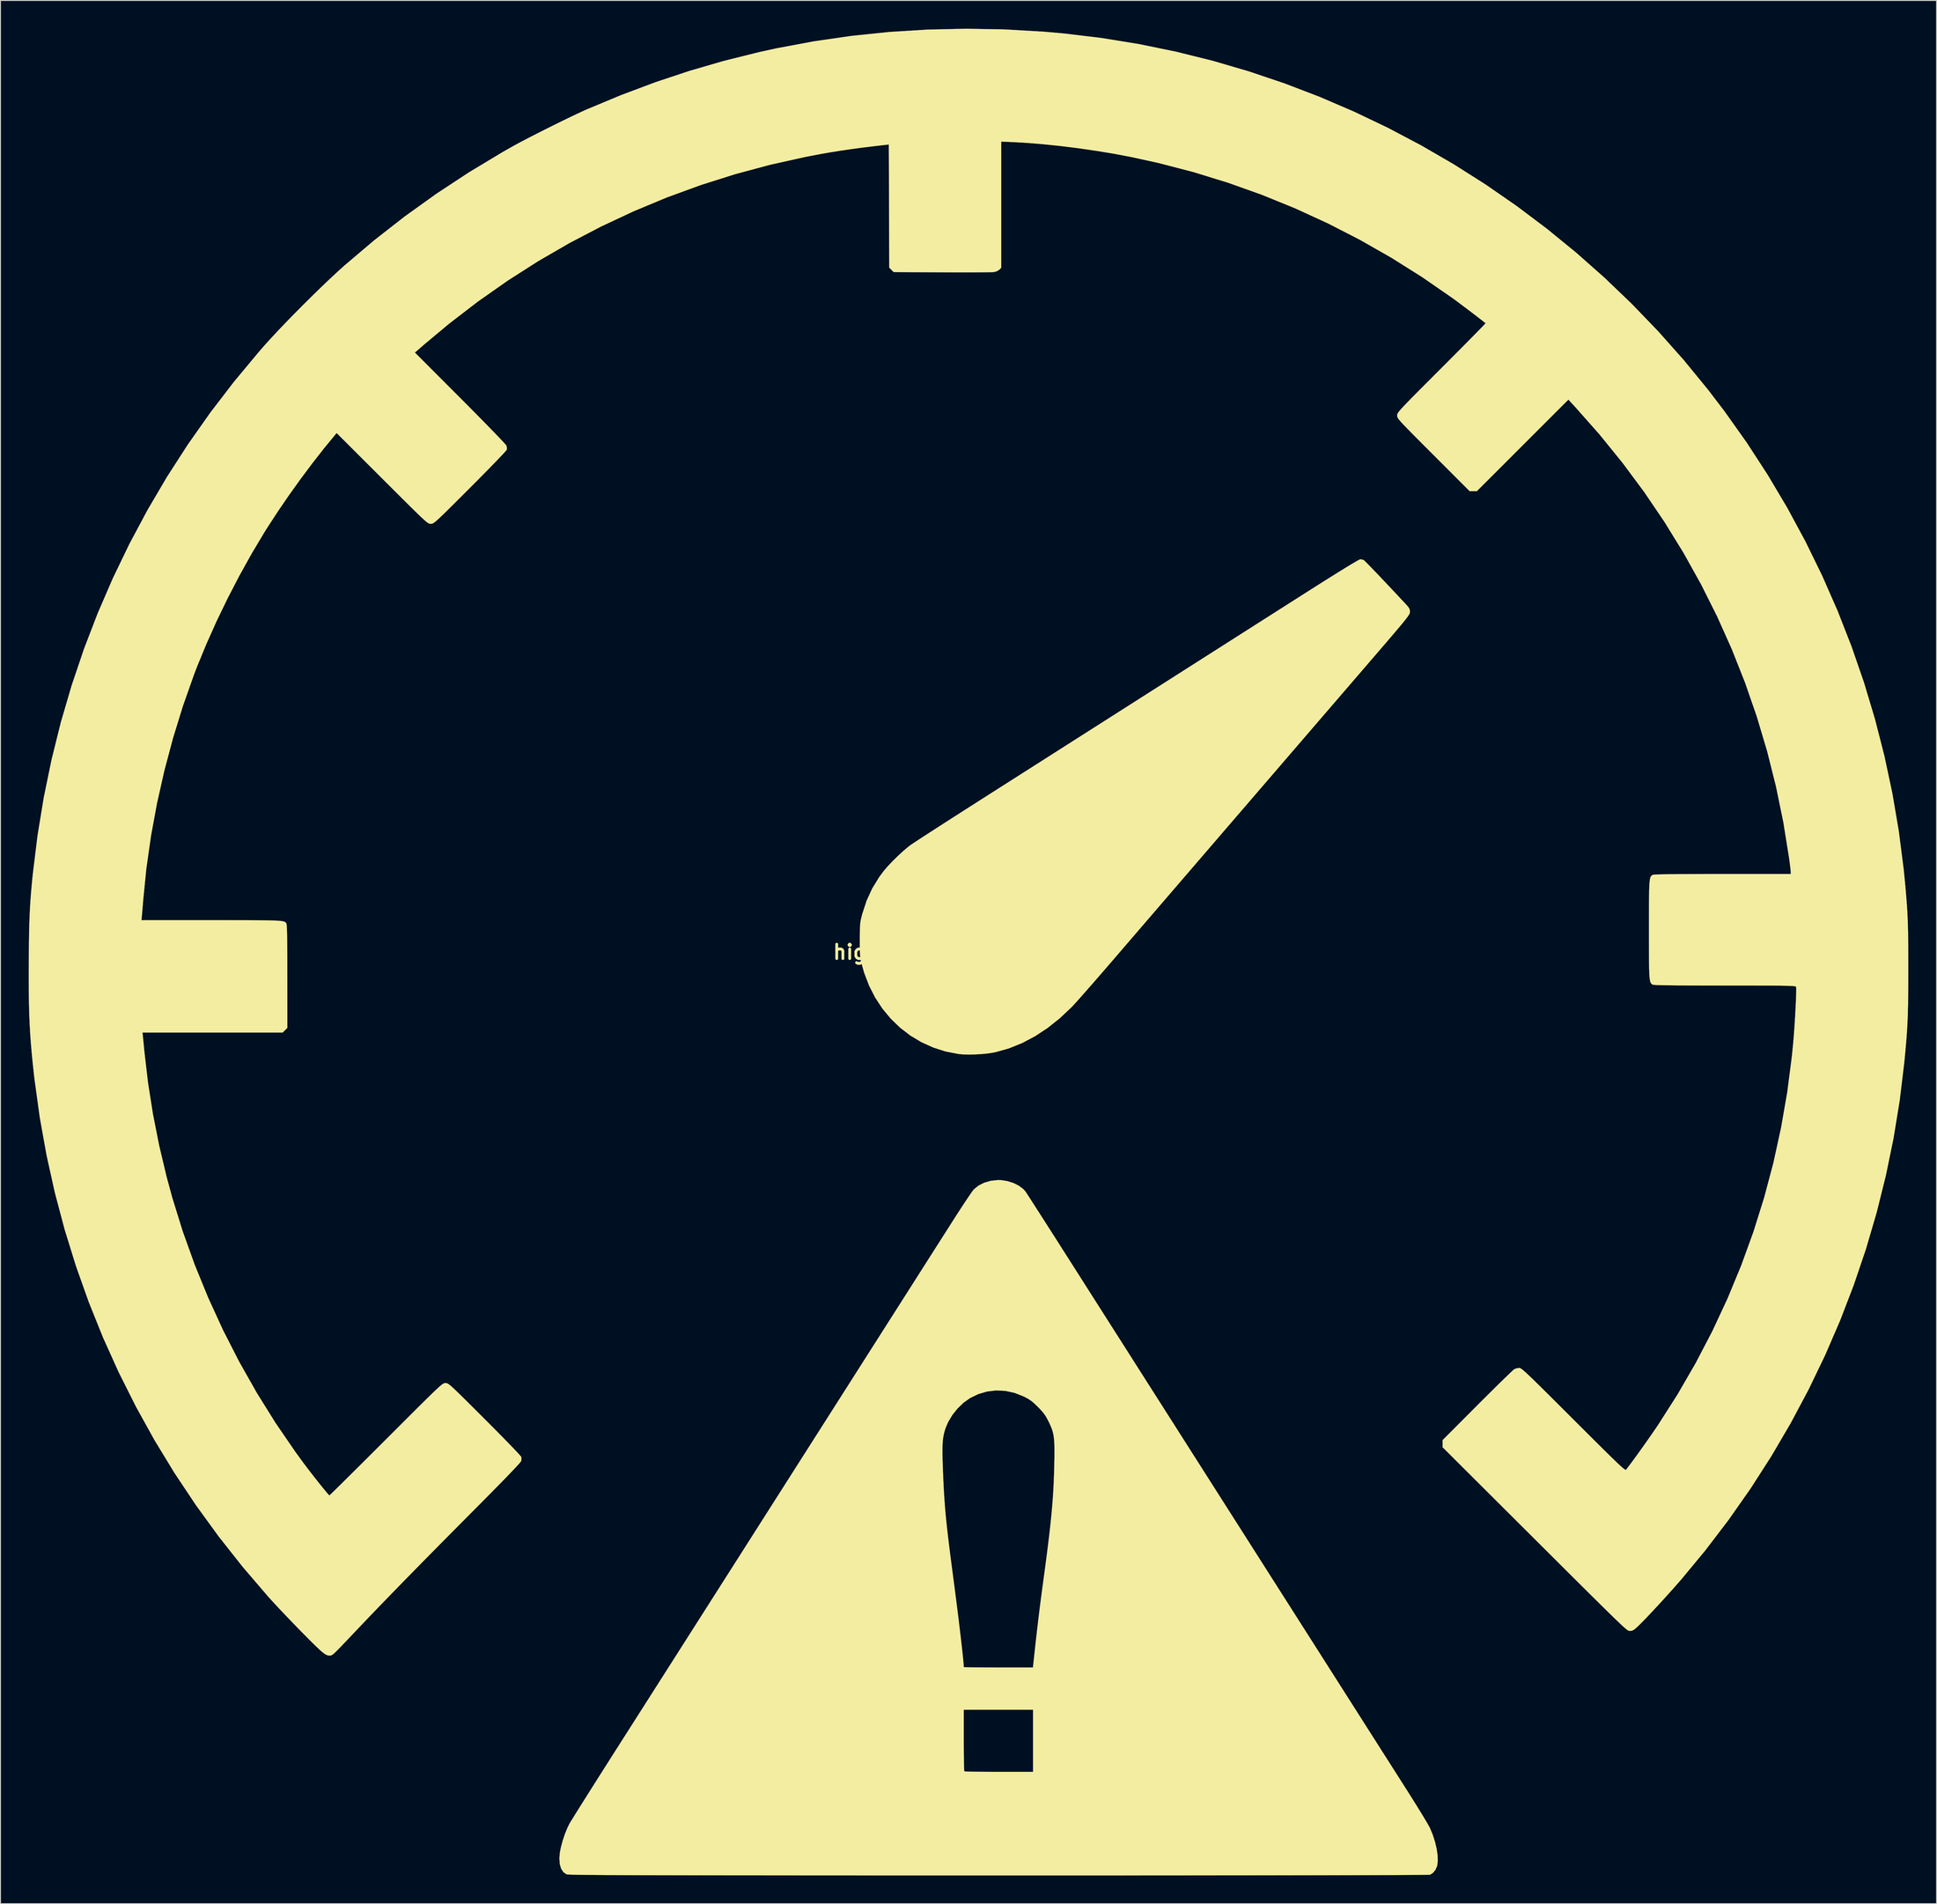
<source format=kicad_pcb>
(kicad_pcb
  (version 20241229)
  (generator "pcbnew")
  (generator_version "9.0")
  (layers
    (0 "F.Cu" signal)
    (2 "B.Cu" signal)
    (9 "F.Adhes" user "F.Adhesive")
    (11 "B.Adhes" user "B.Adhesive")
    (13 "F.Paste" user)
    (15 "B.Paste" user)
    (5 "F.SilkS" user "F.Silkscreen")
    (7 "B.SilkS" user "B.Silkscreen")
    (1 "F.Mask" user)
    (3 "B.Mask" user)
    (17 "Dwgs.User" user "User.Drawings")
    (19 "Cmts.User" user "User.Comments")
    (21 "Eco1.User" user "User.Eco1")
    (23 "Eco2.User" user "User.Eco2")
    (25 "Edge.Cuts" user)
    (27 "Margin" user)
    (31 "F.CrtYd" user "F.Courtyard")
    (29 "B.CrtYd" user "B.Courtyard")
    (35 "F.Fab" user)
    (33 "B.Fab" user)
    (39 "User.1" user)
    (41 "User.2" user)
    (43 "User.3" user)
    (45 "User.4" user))
  (footprint "high-risk-alert_20x20_F"
    (layer "F.Cu")
    (at 99.875 98.128)
    (property "Reference" "high-risk-alert_20x20_F" (at 0 0 0) (layer "F.SilkS") (effects (font (size 1.524 1.524) (thickness 0.3))))
    (attr through_hole)
    (fp_poly (pts (xy 41.859 -41.707) (xy 41.989 -41.659) (xy 42.086 -41.576) (xy 42.291 -41.375) (xy 42.599 -41.063) (xy 43.003 -40.645) (xy 43.498 -40.128) (xy 44.075 -39.52) (xy 44.731 -38.825) (xy 45.458 -38.052) (xy 46.25 -37.205) (xy 46.457 -36.984) (xy 46.692 -36.721) (xy 46.828 -36.526) (xy 46.891 -36.354) (xy 46.905 -36.165) (xy 46.902 -36.098) (xy 46.886 -36.025) (xy 46.851 -35.937) (xy 46.789 -35.825) (xy 46.693 -35.681) (xy 46.556 -35.494) (xy 46.37 -35.256) (xy 46.128 -34.958) (xy 45.824 -34.591) (xy 45.448 -34.146) (xy 44.995 -33.613) (xy 44.456 -32.984) (xy 43.826 -32.249) (xy 43.095 -31.4) (xy 42.691 -30.93) (xy 41.443 -29.48) (xy 40.155 -27.984) (xy 38.835 -26.451) (xy 37.489 -24.887) (xy 36.124 -23.301) (xy 34.746 -21.7) (xy 33.363 -20.092) (xy 31.98 -18.485) (xy 30.605 -16.887) (xy 29.244 -15.305) (xy 27.903 -13.748) (xy 26.591 -12.222) (xy 25.312 -10.736) (xy 24.075 -9.298) (xy 22.885 -7.915) (xy 21.749 -6.595) (xy 20.675 -5.346) (xy 19.668 -4.175) (xy 18.735 -3.09) (xy 17.883 -2.1) (xy 17.119 -1.212) (xy 16.45 -0.433) (xy 15.881 0.229) (xy 15.678 0.466) (xy 15.006 1.246) (xy 14.348 2.007) (xy 13.716 2.735) (xy 13.12 3.419) (xy 12.571 4.046) (xy 12.081 4.602) (xy 11.661 5.076) (xy 11.322 5.453) (xy 11.075 5.723) (xy 10.976 5.828) (xy 9.711 7.022) (xy 8.405 8.062) (xy 7.063 8.947) (xy 5.691 9.672) (xy 4.294 10.235) (xy 2.876 10.633) (xy 2.682 10.674) (xy 2.112 10.765) (xy 1.445 10.833) (xy 0.736 10.876) (xy 0.039 10.89) (xy -0.595 10.874) (xy -1.058 10.833) (xy -2.441 10.563) (xy -3.762 10.14) (xy -5.014 9.572) (xy -6.187 8.868) (xy -7.272 8.034) (xy -8.262 7.079) (xy -9.147 6.012) (xy -9.918 4.84) (xy -10.567 3.571) (xy -11.086 2.213) (xy -11.324 1.382) (xy -11.403 1.062) (xy -11.462 0.786) (xy -11.503 0.521) (xy -11.53 0.232) (xy -11.545 -0.114) (xy -11.552 -0.551) (xy -11.552 -1.114) (xy -11.552 -1.312) (xy -11.549 -1.914) (xy -11.543 -2.38) (xy -11.529 -2.745) (xy -11.505 -3.043) (xy -11.467 -3.308) (xy -11.412 -3.574) (xy -11.337 -3.875) (xy -11.287 -4.064) (xy -10.831 -5.458) (xy -10.233 -6.76) (xy -9.492 -7.972) (xy -9.006 -8.623) (xy -8.59 -9.108) (xy -8.086 -9.642) (xy -7.535 -10.186) (xy -6.979 -10.7) (xy -6.458 -11.143) (xy -6.181 -11.358) (xy -6.023 -11.467) (xy -5.732 -11.661) (xy -5.319 -11.932) (xy -4.795 -12.273) (xy -4.168 -12.679) (xy -3.45 -13.142) (xy -2.652 -13.657) (xy -1.782 -14.215) (xy -0.852 -14.811) (xy 0.127 -15.437) (xy 1.147 -16.088) (xy 2.074 -16.679) (xy 3.117 -17.344) (xy 4.285 -18.088) (xy 5.561 -18.9) (xy 6.926 -19.769) (xy 8.363 -20.685) (xy 9.854 -21.635) (xy 11.382 -22.608) (xy 12.928 -23.593) (xy 14.476 -24.579) (xy 16.007 -25.554) (xy 17.504 -26.508) (xy 18.949 -27.428) (xy 20.193 -28.221) (xy 21.52 -29.066) (xy 22.879 -29.932) (xy 24.256 -30.809) (xy 25.637 -31.689) (xy 27.007 -32.562) (xy 28.352 -33.419) (xy 29.658 -34.251) (xy 30.911 -35.049) (xy 32.096 -35.803) (xy 33.2 -36.506) (xy 34.207 -37.147) (xy 35.103 -37.718) (xy 35.875 -38.21) (xy 36.057 -38.325) (xy 37.094 -38.984) (xy 38.041 -39.581) (xy 38.891 -40.114) (xy 39.639 -40.579) (xy 40.278 -40.971) (xy 40.802 -41.287) (xy 41.204 -41.523) (xy 41.478 -41.675) (xy 41.617 -41.739) (xy 41.629 -41.741) (xy 41.859 -41.707)) (stroke (width 0.01) (type solid)) (fill yes) (layer "F.SilkS"))
    (fp_poly (pts (xy 3.471 24.24) (xy 4.122 24.339) (xy 4.751 24.537) (xy 5.318 24.816) (xy 5.786 25.158) (xy 6.032 25.424) (xy 6.106 25.533) (xy 6.264 25.775) (xy 6.5 26.139) (xy 6.807 26.616) (xy 7.179 27.195) (xy 7.609 27.866) (xy 8.091 28.618) (xy 8.618 29.443) (xy 9.184 30.328) (xy 9.781 31.265) (xy 10.404 32.243) (xy 10.683 32.681) (xy 11.089 33.318) (xy 11.575 34.082) (xy 12.138 34.967) (xy 12.774 35.965) (xy 13.477 37.07) (xy 14.244 38.275) (xy 15.069 39.572) (xy 15.95 40.955) (xy 16.881 42.417) (xy 17.857 43.951) (xy 18.875 45.55) (xy 19.93 47.207) (xy 21.018 48.915) (xy 22.134 50.668) (xy 23.273 52.458) (xy 24.432 54.278) (xy 25.606 56.122) (xy 26.791 57.983) (xy 27.981 59.853) (xy 29.174 61.726) (xy 30.363 63.594) (xy 31.546 65.452) (xy 32.717 67.292) (xy 33.873 69.106) (xy 35.008 70.889) (xy 36.118 72.633) (xy 37.2 74.331) (xy 38.247 75.977) (xy 39.257 77.563) (xy 40.225 79.083) (xy 41.146 80.529) (xy 42.015 81.895) (xy 42.83 83.174) (xy 43.584 84.358) (xy 44.274 85.442) (xy 44.895 86.417) (xy 45.443 87.277) (xy 45.913 88.016) (xy 46.301 88.626) (xy 46.603 89.1) (xy 46.611 89.112) (xy 47.054 89.812) (xy 47.48 90.492) (xy 47.877 91.133) (xy 48.235 91.717) (xy 48.541 92.226) (xy 48.786 92.643) (xy 48.958 92.948) (xy 49.032 93.091) (xy 49.326 93.8) (xy 49.563 94.533) (xy 49.736 95.257) (xy 49.839 95.94) (xy 49.865 96.551) (xy 49.809 97.055) (xy 49.789 97.138) (xy 49.617 97.532) (xy 49.358 97.851) (xy 49.051 98.049) (xy 49.051 98.049) (xy 48.951 98.055) (xy 48.684 98.061) (xy 48.253 98.066) (xy 47.661 98.071) (xy 46.91 98.076) (xy 46.003 98.081) (xy 44.942 98.086) (xy 43.73 98.09) (xy 42.369 98.094) (xy 40.863 98.098) (xy 39.214 98.102) (xy 37.424 98.105) (xy 35.496 98.108) (xy 33.432 98.111) (xy 31.236 98.114) (xy 28.91 98.116) (xy 26.456 98.118) (xy 23.878 98.12) (xy 21.177 98.122) (xy 18.356 98.123) (xy 15.418 98.124) (xy 12.366 98.125) (xy 9.202 98.125) (xy 5.929 98.125) (xy 3.191 98.125) (xy -0.201 98.125) (xy -3.427 98.125) (xy -6.491 98.124) (xy -9.398 98.124) (xy -12.151 98.123) (xy -14.755 98.122) (xy -17.212 98.121) (xy -19.528 98.12) (xy -21.705 98.118) (xy -23.749 98.117) (xy -25.662 98.115) (xy -27.449 98.113) (xy -29.113 98.111) (xy -30.659 98.108) (xy -32.091 98.106) (xy -33.412 98.103) (xy -34.626 98.1) (xy -35.737 98.096) (xy -36.749 98.093) (xy -37.666 98.089) (xy -38.493 98.084) (xy -39.232 98.08) (xy -39.887 98.075) (xy -40.464 98.07) (xy -40.964 98.064) (xy -41.394 98.058) (xy -41.755 98.052) (xy -42.053 98.046) (xy -42.292 98.039) (xy -42.474 98.031) (xy -42.604 98.024) (xy -42.686 98.016) (xy -42.723 98.008) (xy -43.055 97.773) (xy -43.294 97.407) (xy -43.436 96.919) (xy -43.478 96.32) (xy -43.433 95.738) (xy -43.318 95.136) (xy -43.134 94.455) (xy -42.902 93.757) (xy -42.64 93.105) (xy -42.433 92.674) (xy -42.346 92.524) (xy -42.173 92.241) (xy -41.922 91.835) (xy -41.598 91.316) (xy -41.208 90.694) (xy -40.758 89.978) (xy -40.254 89.179) (xy -39.703 88.307) (xy -39.11 87.371) (xy -38.482 86.381) (xy -37.825 85.347) (xy -37.145 84.28) (xy -36.96 83.989) (xy -36.482 83.239) (xy -35.918 82.354) (xy -35.274 81.343) (xy -34.748 80.518) (xy -0.508 80.518) (xy -0.508 83.764) (xy -0.507 84.489) (xy -0.503 85.161) (xy -0.496 85.76) (xy -0.488 86.269) (xy -0.478 86.667) (xy -0.466 86.938) (xy -0.454 87.061) (xy -0.452 87.066) (xy -0.358 87.077) (xy -0.112 87.089) (xy 0.268 87.098) (xy 0.764 87.107) (xy 1.358 87.114) (xy 2.034 87.119) (xy 2.772 87.122) (xy 3.231 87.122) (xy 6.858 87.122) (xy 6.858 80.518) (xy -0.508 80.518) (xy -34.748 80.518) (xy -34.555 80.215) (xy -33.767 78.977) (xy -32.914 77.639) (xy -32.003 76.208) (xy -31.038 74.694) (xy -30.026 73.104) (xy -28.97 71.446) (xy -27.877 69.731) (xy -26.753 67.964) (xy -25.602 66.156) (xy -24.429 64.315) (xy -23.241 62.449) (xy -22.042 60.566) (xy -20.838 58.675) (xy -19.634 56.784) (xy -18.436 54.902) (xy -17.711 53.763) (xy -17.245 53.032) (xy -2.776 53.032) (xy -2.767 53.68) (xy -2.745 54.458) (xy -2.721 55.105) (xy -2.686 55.963) (xy -2.649 56.756) (xy -2.608 57.504) (xy -2.561 58.228) (xy -2.507 58.945) (xy -2.444 59.677) (xy -2.37 60.442) (xy -2.282 61.26) (xy -2.179 62.151) (xy -2.06 63.134) (xy -1.921 64.228) (xy -1.762 65.454) (xy -1.607 66.633) (xy -1.46 67.745) (xy -1.319 68.846) (xy -1.183 69.92) (xy -1.054 70.954) (xy -0.936 71.933) (xy -0.828 72.842) (xy -0.733 73.666) (xy -0.652 74.392) (xy -0.588 75.004) (xy -0.541 75.489) (xy -0.514 75.831) (xy -0.508 75.986) (xy -0.426 75.996) (xy -0.192 76.004) (xy 0.177 76.012) (xy 0.663 76.019) (xy 1.25 76.024) (xy 1.921 76.028) (xy 2.657 76.03) (xy 3.169 76.031) (xy 6.846 76.031) (xy 6.893 75.586) (xy 7.042 74.212) (xy 7.179 72.972) (xy 7.31 71.831) (xy 7.438 70.757) (xy 7.567 69.714) (xy 7.702 68.667) (xy 7.846 67.584) (xy 7.918 67.056) (xy 8.126 65.513) (xy 8.309 64.12) (xy 8.468 62.858) (xy 8.606 61.708) (xy 8.723 60.654) (xy 8.821 59.676) (xy 8.902 58.757) (xy 8.968 57.879) (xy 9.021 57.023) (xy 9.061 56.172) (xy 9.092 55.308) (xy 9.114 54.412) (xy 9.115 54.356) (xy 9.129 53.522) (xy 9.131 52.833) (xy 9.12 52.264) (xy 9.09 51.791) (xy 9.04 51.388) (xy 8.965 51.032) (xy 8.862 50.698) (xy 8.728 50.361) (xy 8.56 49.997) (xy 8.497 49.869) (xy 8.285 49.465) (xy 8.076 49.133) (xy 7.83 48.822) (xy 7.508 48.475) (xy 7.369 48.334) (xy 7.005 47.982) (xy 6.697 47.721) (xy 6.393 47.512) (xy 6.041 47.317) (xy 5.838 47.216) (xy 4.883 46.843) (xy 3.911 46.632) (xy 2.937 46.584) (xy 1.974 46.698) (xy 1.037 46.973) (xy 0.172 47.39) (xy -0.52 47.879) (xy -1.163 48.496) (xy -1.727 49.203) (xy -2.179 49.962) (xy -2.453 50.615) (xy -2.558 50.956) (xy -2.64 51.291) (xy -2.702 51.644) (xy -2.744 52.036) (xy -2.768 52.492) (xy -2.776 53.032) (xy -17.245 53.032) (xy -16.561 51.957) (xy -15.423 50.169) (xy -14.301 48.407) (xy -13.199 46.677) (xy -12.122 44.985) (xy -11.074 43.338) (xy -10.058 41.743) (xy -9.079 40.205) (xy -8.14 38.731) (xy -7.247 37.328) (xy -6.403 36.002) (xy -5.612 34.76) (xy -4.879 33.608) (xy -4.207 32.553) (xy -3.601 31.6) (xy -3.064 30.758) (xy -2.601 30.031) (xy -2.217 29.427) (xy -1.914 28.952) (xy -1.698 28.612) (xy -1.674 28.575) (xy -1.252 27.915) (xy -0.847 27.29) (xy -0.471 26.716) (xy -0.134 26.211) (xy 0.151 25.789) (xy 0.373 25.47) (xy 0.523 25.269) (xy 0.566 25.218) (xy 1.067 24.814) (xy 1.681 24.507) (xy 2.373 24.309) (xy 3.111 24.231) (xy 3.471 24.24)) (stroke (width 0.01) (type solid)) (fill yes) (layer "F.SilkS"))
    (fp_poly (pts (xy 3.85 -98.049) (xy 7.962 -97.812) (xy 10.16 -97.617) (xy 14.159 -97.136) (xy 18.124 -96.491) (xy 22.051 -95.684) (xy 25.936 -94.719) (xy 29.773 -93.596) (xy 33.559 -92.32) (xy 37.288 -90.893) (xy 40.957 -89.317) (xy 44.561 -87.595) (xy 48.094 -85.729) (xy 51.554 -83.723) (xy 54.934 -81.579) (xy 58.231 -79.298) (xy 61.439 -76.885) (xy 64.555 -74.342) (xy 67.574 -71.67) (xy 70.492 -68.874) (xy 73.303 -65.954) (xy 76.003 -62.915) (xy 78.588 -59.758) (xy 80.32 -57.489) (xy 82.693 -54.146) (xy 84.921 -50.718) (xy 87.004 -47.21) (xy 88.938 -43.627) (xy 90.723 -39.973) (xy 92.355 -36.254) (xy 93.834 -32.475) (xy 95.158 -28.641) (xy 96.324 -24.755) (xy 97.33 -20.824) (xy 98.175 -16.853) (xy 98.857 -12.846) (xy 99.374 -8.807) (xy 99.518 -7.366) (xy 99.593 -6.534) (xy 99.656 -5.78) (xy 99.709 -5.082) (xy 99.753 -4.414) (xy 99.787 -3.753) (xy 99.814 -3.074) (xy 99.834 -2.352) (xy 99.848 -1.564) (xy 99.858 -0.685) (xy 99.862 0.308) (xy 99.864 1.441) (xy 99.864 1.736) (xy 99.863 2.965) (xy 99.858 4.05) (xy 99.848 5.015) (xy 99.832 5.884) (xy 99.81 6.683) (xy 99.78 7.435) (xy 99.741 8.166) (xy 99.692 8.899) (xy 99.632 9.661) (xy 99.56 10.474) (xy 99.475 11.365) (xy 99.435 11.769) (xy 98.947 15.801) (xy 98.294 19.8) (xy 97.478 23.762) (xy 96.502 27.681) (xy 95.366 31.555) (xy 94.072 35.377) (xy 92.624 39.144) (xy 91.022 42.851) (xy 89.268 46.493) (xy 87.365 50.067) (xy 85.315 53.567) (xy 83.118 56.989) (xy 80.778 60.329) (xy 78.296 63.583) (xy 75.809 66.588) (xy 75.324 67.146) (xy 74.787 67.753) (xy 74.217 68.387) (xy 73.635 69.027) (xy 73.061 69.649) (xy 72.517 70.232) (xy 72.023 70.754) (xy 71.599 71.192) (xy 71.267 71.522) (xy 70.969 71.803) (xy 70.754 71.983) (xy 70.59 72.084) (xy 70.441 72.128) (xy 70.307 72.136) (xy 70.267 72.137) (xy 70.229 72.138) (xy 70.19 72.134) (xy 70.143 72.119) (xy 70.085 72.09) (xy 70.01 72.041) (xy 69.912 71.967) (xy 69.788 71.865) (xy 69.633 71.728) (xy 69.44 71.553) (xy 69.206 71.334) (xy 68.926 71.067) (xy 68.594 70.747) (xy 68.206 70.369) (xy 67.756 69.928) (xy 67.24 69.42) (xy 66.654 68.839) (xy 65.99 68.182) (xy 65.246 67.443) (xy 64.416 66.617) (xy 63.495 65.7) (xy 62.479 64.687) (xy 61.361 63.573) (xy 60.138 62.354) (xy 58.804 61.024) (xy 57.51 59.733) (xy 50.377 52.621) (xy 50.377 51.867) (xy 54.081 48.152) (xy 54.741 47.492) (xy 55.371 46.865) (xy 55.96 46.283) (xy 56.496 45.755) (xy 56.969 45.294) (xy 57.368 44.909) (xy 57.681 44.611) (xy 57.899 44.411) (xy 58.009 44.319) (xy 58.014 44.317) (xy 58.27 44.228) (xy 58.52 44.196) (xy 58.575 44.203) (xy 58.643 44.23) (xy 58.732 44.282) (xy 58.85 44.368) (xy 59.004 44.495) (xy 59.201 44.669) (xy 59.449 44.899) (xy 59.756 45.19) (xy 60.128 45.551) (xy 60.574 45.988) (xy 61.102 46.508) (xy 61.718 47.119) (xy 62.43 47.828) (xy 63.245 48.642) (xy 64.172 49.568) (xy 64.28 49.676) (xy 65.225 50.62) (xy 66.058 51.45) (xy 66.785 52.174) (xy 67.415 52.798) (xy 67.953 53.329) (xy 68.407 53.773) (xy 68.785 54.138) (xy 69.092 54.43) (xy 69.337 54.655) (xy 69.525 54.821) (xy 69.666 54.934) (xy 69.764 55.002) (xy 69.828 55.03) (xy 69.864 55.025) (xy 69.869 55.02) (xy 70.138 54.672) (xy 70.483 54.21) (xy 70.884 53.662) (xy 71.322 53.055) (xy 71.779 52.414) (xy 72.234 51.768) (xy 72.67 51.143) (xy 73.065 50.566) (xy 73.279 50.25) (xy 75.355 46.997) (xy 77.277 43.673) (xy 79.045 40.282) (xy 80.657 36.825) (xy 82.112 33.307) (xy 83.41 29.73) (xy 84.549 26.096) (xy 85.529 22.408) (xy 86.347 18.669) (xy 87.005 14.883) (xy 87.5 11.051) (xy 87.627 9.779) (xy 87.678 9.191) (xy 87.728 8.544) (xy 87.776 7.861) (xy 87.821 7.162) (xy 87.861 6.472) (xy 87.896 5.811) (xy 87.924 5.201) (xy 87.945 4.665) (xy 87.956 4.225) (xy 87.957 3.902) (xy 87.948 3.718) (xy 87.942 3.692) (xy 87.921 3.669) (xy 87.873 3.648) (xy 87.787 3.63) (xy 87.652 3.614) (xy 87.458 3.601) (xy 87.196 3.59) (xy 86.854 3.581) (xy 86.422 3.573) (xy 85.89 3.568) (xy 85.248 3.563) (xy 84.485 3.56) (xy 83.592 3.558) (xy 82.558 3.557) (xy 81.372 3.556) (xy 80.388 3.556) (xy 78.922 3.555) (xy 77.621 3.553) (xy 76.482 3.548) (xy 75.5 3.542) (xy 74.674 3.534) (xy 73.997 3.525) (xy 73.467 3.513) (xy 73.08 3.499) (xy 72.832 3.484) (xy 72.719 3.466) (xy 72.716 3.465) (xy 72.635 3.417) (xy 72.565 3.361) (xy 72.506 3.284) (xy 72.456 3.172) (xy 72.416 3.014) (xy 72.383 2.797) (xy 72.358 2.509) (xy 72.339 2.136) (xy 72.325 1.667) (xy 72.315 1.09) (xy 72.31 0.391) (xy 72.307 -0.442) (xy 72.306 -1.421) (xy 72.305 -2.371) (xy 72.306 -3.483) (xy 72.307 -4.438) (xy 72.31 -5.25) (xy 72.317 -5.929) (xy 72.327 -6.489) (xy 72.341 -6.942) (xy 72.361 -7.3) (xy 72.388 -7.576) (xy 72.421 -7.784) (xy 72.463 -7.934) (xy 72.514 -8.039) (xy 72.575 -8.112) (xy 72.646 -8.166) (xy 72.716 -8.206) (xy 72.819 -8.224) (xy 73.057 -8.24) (xy 73.435 -8.254) (xy 73.956 -8.266) (xy 74.625 -8.276) (xy 75.444 -8.284) (xy 76.418 -8.29) (xy 77.551 -8.294) (xy 78.845 -8.297) (xy 80.131 -8.297) (xy 87.376 -8.297) (xy 87.376 -8.51) (xy 87.365 -8.667) (xy 87.333 -8.956) (xy 87.286 -9.341) (xy 87.228 -9.785) (xy 87.203 -9.97) (xy 86.585 -13.813) (xy 85.806 -17.604) (xy 84.868 -21.34) (xy 83.772 -25.018) (xy 82.519 -28.635) (xy 81.112 -32.189) (xy 79.551 -35.675) (xy 77.838 -39.092) (xy 75.975 -42.436) (xy 73.962 -45.703) (xy 71.801 -48.892) (xy 69.494 -51.998) (xy 67.043 -55.02) (xy 64.447 -57.953) (xy 64.371 -58.035) (xy 63.747 -58.709) (xy 54.017 -48.98) (xy 53.254 -48.98) (xy 49.402 -52.834) (xy 48.629 -53.608) (xy 47.966 -54.272) (xy 47.406 -54.836) (xy 46.94 -55.307) (xy 46.56 -55.697) (xy 46.256 -56.013) (xy 46.02 -56.266) (xy 45.843 -56.466) (xy 45.718 -56.62) (xy 45.635 -56.739) (xy 45.585 -56.832) (xy 45.56 -56.909) (xy 45.551 -56.979) (xy 45.551 -57.023) (xy 45.553 -57.087) (xy 45.565 -57.152) (xy 45.594 -57.227) (xy 45.649 -57.321) (xy 45.737 -57.442) (xy 45.866 -57.598) (xy 46.044 -57.797) (xy 46.278 -58.049) (xy 46.576 -58.36) (xy 46.946 -58.74) (xy 47.396 -59.197) (xy 47.934 -59.74) (xy 48.567 -60.375) (xy 49.304 -61.113) (xy 50.151 -61.961) (xy 50.267 -62.077) (xy 51.006 -62.818) (xy 51.709 -63.523) (xy 52.366 -64.185) (xy 52.968 -64.793) (xy 53.508 -65.34) (xy 53.975 -65.815) (xy 54.361 -66.21) (xy 54.656 -66.515) (xy 54.852 -66.722) (xy 54.941 -66.821) (xy 54.945 -66.829) (xy 54.766 -66.974) (xy 54.476 -67.202) (xy 54.1 -67.492) (xy 53.664 -67.826) (xy 53.192 -68.185) (xy 52.71 -68.549) (xy 52.243 -68.899) (xy 51.815 -69.217) (xy 51.453 -69.483) (xy 51.392 -69.526) (xy 48.202 -71.731) (xy 44.936 -73.786) (xy 41.596 -75.69) (xy 38.185 -77.441) (xy 34.708 -79.037) (xy 31.168 -80.479) (xy 27.566 -81.763) (xy 23.908 -82.889) (xy 20.196 -83.855) (xy 17.277 -84.494) (xy 15.466 -84.836) (xy 13.584 -85.147) (xy 11.671 -85.425) (xy 9.764 -85.662) (xy 7.905 -85.855) (xy 6.131 -85.999) (xy 4.72 -86.078) (xy 3.471 -86.132) (xy 3.471 -72.721) (xy 3.27 -72.52) (xy 3.017 -72.357) (xy 2.699 -72.265) (xy 2.549 -72.256) (xy 2.245 -72.248) (xy 1.805 -72.242) (xy 1.242 -72.237) (xy 0.575 -72.233) (xy -0.182 -72.232) (xy -1.013 -72.232) (xy -1.901 -72.234) (xy -2.813 -72.237) (xy -7.955 -72.263) (xy -8.424 -72.732) (xy -8.447 -79.277) (xy -8.47 -85.822) (xy -8.701 -85.796) (xy -10.101 -85.635) (xy -11.366 -85.48) (xy -12.528 -85.324) (xy -13.621 -85.163) (xy -14.679 -84.993) (xy -15.734 -84.808) (xy -16.821 -84.602) (xy -17.357 -84.497) (xy -21.111 -83.661) (xy -24.813 -82.665) (xy -28.461 -81.51) (xy -32.05 -80.199) (xy -35.576 -78.732) (xy -39.035 -77.112) (xy -42.423 -75.342) (xy -45.737 -73.422) (xy -48.973 -71.354) (xy -52.126 -69.142) (xy -55.192 -66.786) (xy -57.811 -64.601) (xy -58.837 -63.712) (xy -54.018 -58.886) (xy -53.258 -58.123) (xy -52.535 -57.393) (xy -51.856 -56.705) (xy -51.231 -56.068) (xy -50.67 -55.491) (xy -50.18 -54.984) (xy -49.772 -54.557) (xy -49.453 -54.217) (xy -49.234 -53.976) (xy -49.122 -53.841) (xy -49.11 -53.821) (xy -49.06 -53.581) (xy -49.069 -53.392) (xy -49.136 -53.3) (xy -49.313 -53.1) (xy -49.59 -52.802) (xy -49.956 -52.416) (xy -50.402 -51.953) (xy -50.916 -51.425) (xy -51.49 -50.84) (xy -52.112 -50.211) (xy -52.773 -49.547) (xy -52.963 -49.357) (xy -53.736 -48.584) (xy -54.399 -47.923) (xy -54.961 -47.363) (xy -55.431 -46.898) (xy -55.819 -46.518) (xy -56.135 -46.215) (xy -56.387 -45.98) (xy -56.586 -45.804) (xy -56.74 -45.679) (xy -56.859 -45.596) (xy -56.952 -45.546) (xy -57.029 -45.522) (xy -57.099 -45.513) (xy -57.15 -45.512) (xy -57.214 -45.514) (xy -57.278 -45.525) (xy -57.352 -45.552) (xy -57.443 -45.603) (xy -57.559 -45.686) (xy -57.709 -45.808) (xy -57.902 -45.978) (xy -58.144 -46.203) (xy -58.446 -46.491) (xy -58.814 -46.848) (xy -59.257 -47.284) (xy -59.784 -47.806) (xy -60.402 -48.421) (xy -61.12 -49.137) (xy -61.946 -49.962) (xy -62.321 -50.336) (xy -67.15 -55.16) (xy -67.336 -54.94) (xy -68.532 -53.484) (xy -69.761 -51.91) (xy -70.996 -50.258) (xy -72.207 -48.566) (xy -73.365 -46.875) (xy -74.443 -45.224) (xy -74.85 -44.577) (xy -76.183 -42.345) (xy -77.484 -40.005) (xy -78.733 -37.598) (xy -79.911 -35.161) (xy -80.998 -32.733) (xy -81.976 -30.354) (xy -82.31 -29.485) (xy -83.489 -26.145) (xy -84.54 -22.739) (xy -85.459 -19.289) (xy -86.241 -15.816) (xy -86.88 -12.343) (xy -87.372 -8.89) (xy -87.71 -5.503) (xy -87.748 -5.029) (xy -87.786 -4.568) (xy -87.819 -4.17) (xy -87.845 -3.887) (xy -87.846 -3.873) (xy -87.892 -3.387) (xy -80.432 -3.387) (xy -79.118 -3.387) (xy -77.963 -3.386) (xy -76.957 -3.385) (xy -76.087 -3.382) (xy -75.345 -3.378) (xy -74.719 -3.371) (xy -74.198 -3.361) (xy -73.773 -3.349) (xy -73.432 -3.333) (xy -73.165 -3.313) (xy -72.962 -3.289) (xy -72.811 -3.26) (xy -72.702 -3.225) (xy -72.624 -3.185) (xy -72.568 -3.138) (xy -72.522 -3.085) (xy -72.499 -3.055) (xy -72.477 -2.986) (xy -72.458 -2.834) (xy -72.442 -2.589) (xy -72.428 -2.241) (xy -72.417 -1.782) (xy -72.408 -1.202) (xy -72.402 -0.49) (xy -72.397 0.362) (xy -72.394 1.364) (xy -72.393 2.525) (xy -72.393 2.568) (xy -72.39 8.056) (xy -72.637 8.304) (xy -72.885 8.551) (xy -87.783 8.551) (xy -87.749 8.869) (xy -87.729 9.061) (xy -87.697 9.384) (xy -87.657 9.803) (xy -87.611 10.28) (xy -87.582 10.583) (xy -87.2 13.866) (xy -86.676 17.197) (xy -86.015 20.544) (xy -85.224 23.875) (xy -84.626 26.077) (xy -83.515 29.661) (xy -82.241 33.21) (xy -80.811 36.715) (xy -79.231 40.162) (xy -77.505 43.541) (xy -75.639 46.84) (xy -73.639 50.048) (xy -71.511 53.154) (xy -70.675 54.299) (xy -70.347 54.735) (xy -69.99 55.201) (xy -69.62 55.678) (xy -69.251 56.147) (xy -68.899 56.589) (xy -68.578 56.986) (xy -68.305 57.318) (xy -68.093 57.566) (xy -67.959 57.712) (xy -67.919 57.743) (xy -67.852 57.684) (xy -67.674 57.514) (xy -67.392 57.239) (xy -67.015 56.869) (xy -66.551 56.412) (xy -66.008 55.874) (xy -65.394 55.265) (xy -64.717 54.593) (xy -63.986 53.865) (xy -63.208 53.089) (xy -62.392 52.274) (xy -61.891 51.774) (xy -60.914 50.797) (xy -60.05 49.933) (xy -59.29 49.175) (xy -58.629 48.515) (xy -58.057 47.948) (xy -57.569 47.466) (xy -57.156 47.063) (xy -56.813 46.73) (xy -56.53 46.462) (xy -56.301 46.252) (xy -56.118 46.092) (xy -55.975 45.975) (xy -55.864 45.896) (xy -55.777 45.846) (xy -55.708 45.818) (xy -55.648 45.807) (xy -55.592 45.805) (xy -55.586 45.805) (xy -55.516 45.807) (xy -55.445 45.82) (xy -55.363 45.853) (xy -55.261 45.914) (xy -55.131 46.011) (xy -54.962 46.153) (xy -54.744 46.35) (xy -54.469 46.609) (xy -54.128 46.939) (xy -53.71 47.349) (xy -53.207 47.848) (xy -52.608 48.443) (xy -51.905 49.145) (xy -51.413 49.636) (xy -50.744 50.306) (xy -50.111 50.945) (xy -49.524 51.541) (xy -48.992 52.085) (xy -48.527 52.566) (xy -48.139 52.973) (xy -47.837 53.295) (xy -47.632 53.523) (xy -47.535 53.644) (xy -47.528 53.657) (xy -47.512 53.886) (xy -47.538 54.081) (xy -47.611 54.19) (xy -47.805 54.417) (xy -48.121 54.761) (xy -48.557 55.224) (xy -49.115 55.804) (xy -49.795 56.502) (xy -50.595 57.317) (xy -51.517 58.251) (xy -52.561 59.303) (xy -52.861 59.605) (xy -54.582 61.337) (xy -56.19 62.96) (xy -57.693 64.484) (xy -59.101 65.917) (xy -60.422 67.268) (xy -61.664 68.546) (xy -62.838 69.76) (xy -63.95 70.919) (xy -65.01 72.033) (xy -65.229 72.263) (xy -65.815 72.882) (xy -66.297 73.389) (xy -66.686 73.796) (xy -66.994 74.113) (xy -67.234 74.352) (xy -67.417 74.523) (xy -67.556 74.639) (xy -67.663 74.709) (xy -67.749 74.745) (xy -67.827 74.759) (xy -67.908 74.761) (xy -67.939 74.761) (xy -68.141 74.731) (xy -68.358 74.626) (xy -68.634 74.424) (xy -68.724 74.35) (xy -68.964 74.135) (xy -69.303 73.814) (xy -69.724 73.402) (xy -70.21 72.918) (xy -70.745 72.377) (xy -71.312 71.798) (xy -71.894 71.197) (xy -72.476 70.591) (xy -73.039 69.998) (xy -73.568 69.434) (xy -74.045 68.916) (xy -74.429 68.492) (xy -77.134 65.336) (xy -79.695 62.092) (xy -82.112 58.765) (xy -84.382 55.357) (xy -86.504 51.871) (xy -88.476 48.311) (xy -90.298 44.68) (xy -91.967 40.982) (xy -93.482 37.219) (xy -94.842 33.395) (xy -96.046 29.514) (xy -97.091 25.577) (xy -97.976 21.59) (xy -98.7 17.554) (xy -99.262 13.474) (xy -99.307 13.081) (xy -99.435 11.907) (xy -99.544 10.812) (xy -99.635 9.771) (xy -99.709 8.756) (xy -99.768 7.743) (xy -99.812 6.703) (xy -99.843 5.612) (xy -99.862 4.442) (xy -99.87 3.167) (xy -99.869 1.76) (xy -99.866 1.101) (xy -99.857 -0.141) (xy -99.845 -1.239) (xy -99.828 -2.219) (xy -99.805 -3.104) (xy -99.775 -3.922) (xy -99.737 -4.696) (xy -99.689 -5.452) (xy -99.632 -6.216) (xy -99.562 -7.012) (xy -99.48 -7.866) (xy -99.441 -8.255) (xy -98.936 -12.373) (xy -98.269 -16.444) (xy -97.44 -20.466) (xy -96.453 -24.435) (xy -95.306 -28.349) (xy -94.003 -32.205) (xy -92.544 -35.999) (xy -90.93 -39.728) (xy -89.164 -43.39) (xy -87.246 -46.981) (xy -85.178 -50.498) (xy -82.96 -53.939) (xy -80.595 -57.299) (xy -78.083 -60.577) (xy -75.427 -63.769) (xy -74.81 -64.474) (xy -74.145 -65.211) (xy -73.376 -66.037) (xy -72.527 -66.926) (xy -71.621 -67.856) (xy -70.682 -68.802) (xy -69.734 -69.742) (xy -68.801 -70.65) (xy -67.906 -71.505) (xy -67.073 -72.281) (xy -66.336 -72.946) (xy -63.184 -75.621) (xy -59.921 -78.169) (xy -56.549 -80.587) (xy -53.07 -82.875) (xy -49.486 -85.032) (xy -48.345 -85.678) (xy -47.827 -85.961) (xy -47.187 -86.299) (xy -46.453 -86.679) (xy -45.653 -87.087) (xy -44.814 -87.51) (xy -43.964 -87.933) (xy -43.131 -88.343) (xy -42.342 -88.726) (xy -41.624 -89.068) (xy -41.006 -89.355) (xy -40.598 -89.539) (xy -36.941 -91.064) (xy -33.301 -92.43) (xy -29.659 -93.643) (xy -25.995 -94.707) (xy -22.293 -95.63) (xy -20.405 -96.043) (xy -16.446 -96.784) (xy -12.445 -97.363) (xy -8.408 -97.78) (xy -4.342 -98.033) (xy -0.253 -98.123) (xy 3.85 -98.049)) (stroke (width 0.01) (type solid)) (fill yes) (layer "F.SilkS")))
  (gr_rect
    (start -3 -3)
    (end 202.745 199.259)
    (stroke (width 0.1) (type default))
    (fill no)
    (layer "Edge.Cuts")))
</source>
